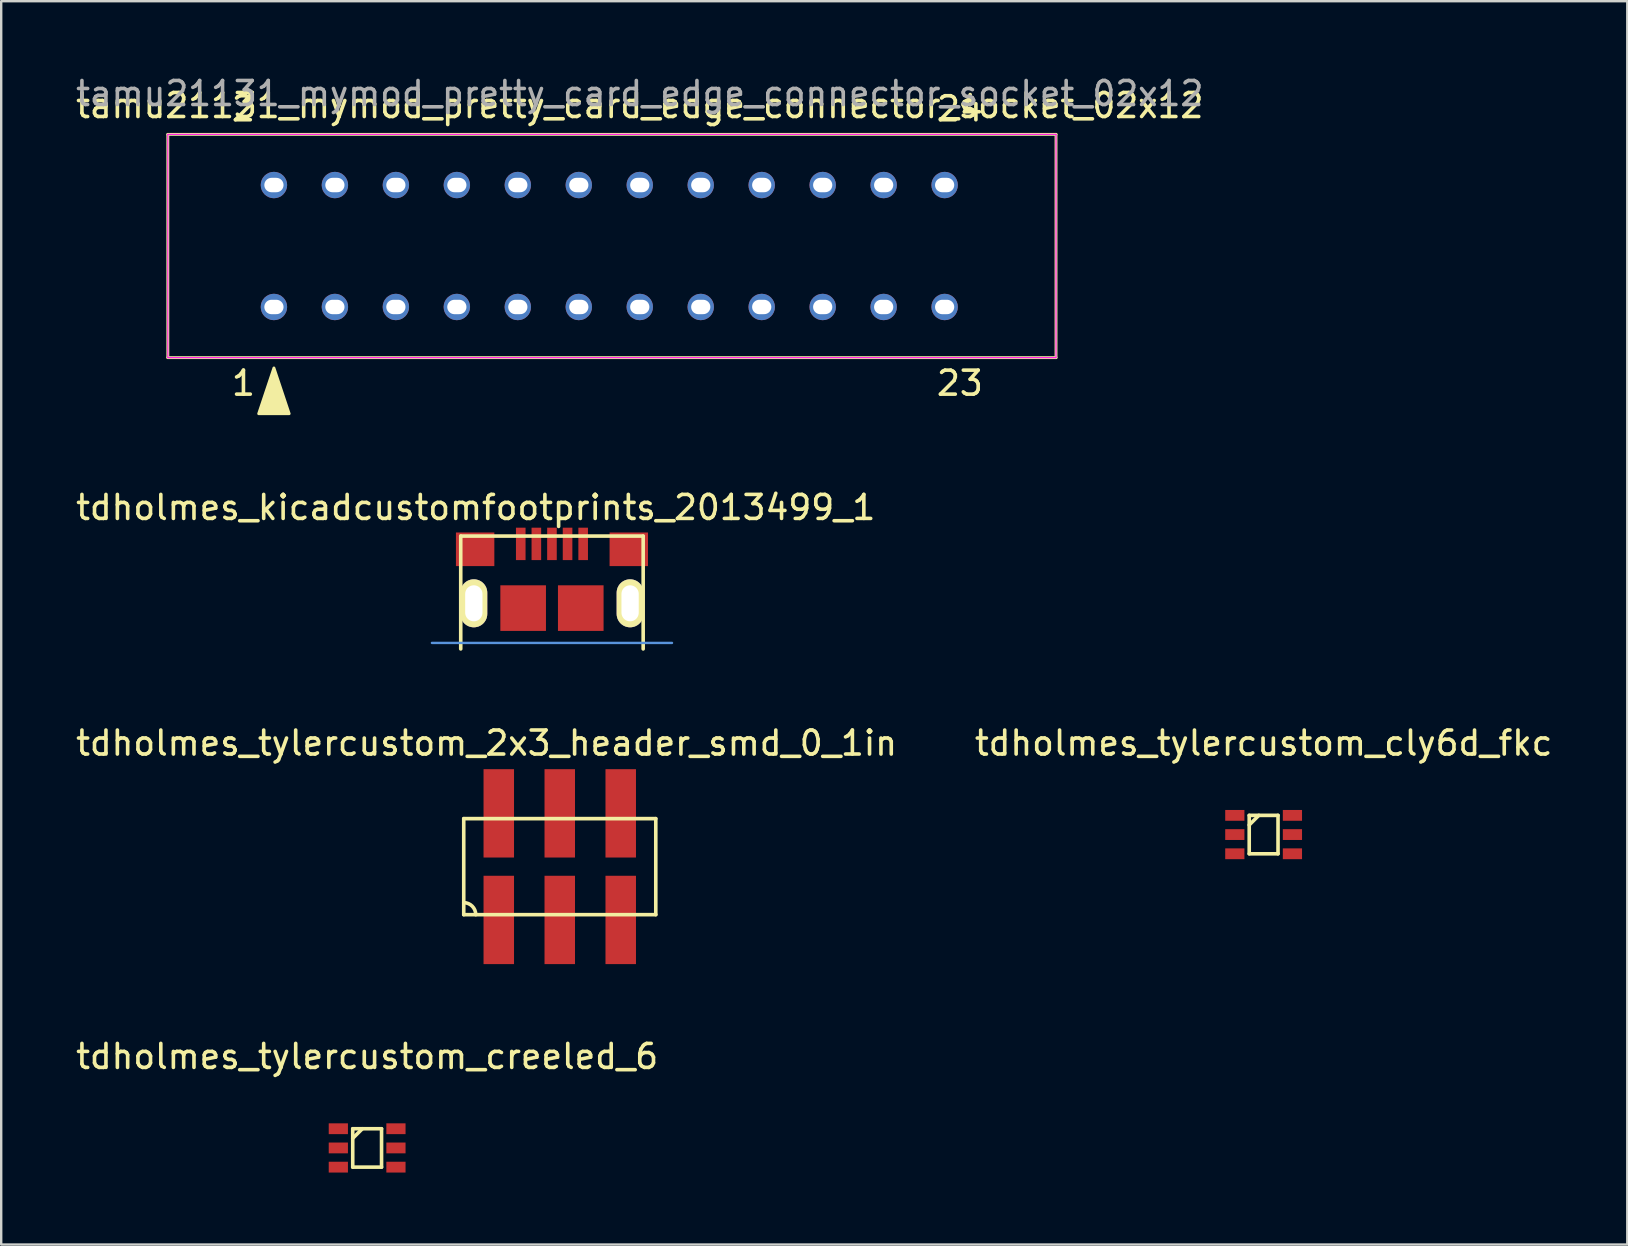
<source format=kicad_pcb>
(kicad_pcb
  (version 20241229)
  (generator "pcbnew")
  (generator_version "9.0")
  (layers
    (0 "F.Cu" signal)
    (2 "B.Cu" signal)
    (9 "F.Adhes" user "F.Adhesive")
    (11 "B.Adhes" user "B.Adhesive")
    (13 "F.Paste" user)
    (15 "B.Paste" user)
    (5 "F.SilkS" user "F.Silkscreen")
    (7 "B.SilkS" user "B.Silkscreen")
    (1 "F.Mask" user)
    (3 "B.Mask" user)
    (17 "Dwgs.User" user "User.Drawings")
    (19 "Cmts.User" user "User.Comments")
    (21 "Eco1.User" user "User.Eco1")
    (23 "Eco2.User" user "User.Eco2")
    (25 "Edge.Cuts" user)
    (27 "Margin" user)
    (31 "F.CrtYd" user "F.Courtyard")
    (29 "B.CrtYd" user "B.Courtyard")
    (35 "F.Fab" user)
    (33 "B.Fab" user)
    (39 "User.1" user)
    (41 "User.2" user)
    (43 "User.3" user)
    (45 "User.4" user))
  (footprint "tdholmes_tylercustom_cly6d_fkc"
    (layer "F.Cu")
    (at 49.589 31.716)
    (property "Reference" "tdholmes_tylercustom_cly6d_fkc" (at 0 -3.81 0) (layer "F.SilkS") (effects (font (size 1 1) (thickness 0.15))))
    (attr through_hole)
    (fp_line (start -0.6 -0.8) (end 0.6 -0.8) (stroke (width 0.15) (type solid)) (layer "F.SilkS"))
    (fp_line (start -0.6 -0.4) (end -0.2 -0.8) (stroke (width 0.15) (type solid)) (layer "F.SilkS"))
    (fp_line (start -0.6 0.8) (end -0.6 -0.8) (stroke (width 0.15) (type solid)) (layer "F.SilkS"))
    (fp_line (start 0.6 -0.8) (end 0.6 0.8) (stroke (width 0.15) (type solid)) (layer "F.SilkS"))
    (fp_line (start 0.6 0.8) (end -0.6 0.8) (stroke (width 0.15) (type solid)) (layer "F.SilkS"))
    (pad "1" smd rect (at -1.2 -0.8) (size 0.8 0.45) (layers "F.Cu" "F.Mask" "F.Paste"))
    (pad "2" smd rect (at -1.2 0) (size 0.8 0.45) (layers "F.Cu" "F.Mask" "F.Paste"))
    (pad "3" smd rect (at -1.2 0.8) (size 0.8 0.45) (layers "F.Cu" "F.Mask" "F.Paste"))
    (pad "4" smd rect (at 1.2 0.8) (size 0.8 0.45) (layers "F.Cu" "F.Mask" "F.Paste"))
    (pad "5" smd rect (at 1.2 0) (size 0.8 0.45) (layers "F.Cu" "F.Mask" "F.Paste"))
    (pad "6" smd rect (at 1.2 -0.8) (size 0.8 0.45) (layers "F.Cu" "F.Mask" "F.Paste")))
  (footprint "tamu21131_mymod_pretty_card_edge_connector_socket_02x12"
    (layer "F.Cu")
    (at 8.361 9.738)
    (property "Reference" "tamu21131_mymod_pretty_card_edge_connector_socket_02x12" (at 15.24 -8.39 0) (unlocked yes) (layer "F.SilkS") (effects (font (size 1 1) (thickness 0.15))))
    (attr through_hole)
    (fp_line (start -4.42 -7.19) (end -4.42 2.11) (stroke (width 0.12) (type solid)) (layer "F.SilkS"))
    (fp_line (start -4.42 -7.19) (end 32.58 -7.19) (stroke (width 0.12) (type solid)) (layer "F.SilkS"))
    (fp_line (start -4.42 2.11) (end 32.58 2.11) (stroke (width 0.12) (type solid)) (layer "F.SilkS"))
    (fp_line (start 32.58 2.11) (end 32.58 -7.19) (stroke (width 0.12) (type solid)) (layer "F.SilkS"))
    (fp_poly (pts (xy 0.635 4.445) (xy -0.635 4.445) (xy 0 2.54)) (stroke (width 0.12) (type solid)) (fill yes) (layer "F.SilkS"))
    (fp_line (start -4.42 -7.19) (end 32.58 -7.19) (stroke (width 0.05) (type solid)) (layer "F.CrtYd"))
    (fp_line (start -4.42 2.11) (end -4.42 -7.19) (stroke (width 0.05) (type solid)) (layer "F.CrtYd"))
    (fp_line (start 32.58 -7.19) (end 32.58 2.11) (stroke (width 0.05) (type solid)) (layer "F.CrtYd"))
    (fp_line (start 32.58 2.11) (end -4.42 2.11) (stroke (width 0.05) (type solid)) (layer "F.CrtYd"))
    (fp_text user "24" (at 28.575 -8.255 0) (unlocked yes) (layer "F.SilkS") (effects (font (size 1 1) (thickness 0.15))))
    (fp_text user "1" (at -1.27 3.175 0) (unlocked yes) (layer "F.SilkS") (effects (font (size 1 1) (thickness 0.15))))
    (fp_text user "23" (at 28.575 3.175 0) (unlocked yes) (layer "F.SilkS") (effects (font (size 1 1) (thickness 0.15))))
    (fp_text user "2" (at -1.27 -8.255 0) (unlocked yes) (layer "F.SilkS") (effects (font (size 1 1) (thickness 0.15))))
    (fp_text user "${REFERENCE}" (at 15.24 -8.89 0) (unlocked yes) (layer "F.Fab") (effects (font (size 1 1) (thickness 0.15))))
    (pad "1" thru_hole circle (at 0 0) (size 1.1 1.1) (drill oval 0.8 0.6) (layers "*.Cu" "*.Mask"))
    (pad "2" thru_hole circle (at 0 -5.08) (size 1.1 1.1) (drill oval 0.8 0.6) (layers "*.Cu" "*.Mask"))
    (pad "3" thru_hole circle (at 2.54 0) (size 1.1 1.1) (drill oval 0.8 0.6) (layers "*.Cu" "*.Mask"))
    (pad "4" thru_hole circle (at 2.54 -5.08) (size 1.1 1.1) (drill oval 0.8 0.6) (layers "*.Cu" "*.Mask"))
    (pad "5" thru_hole circle (at 5.08 0) (size 1.1 1.1) (drill oval 0.8 0.6) (layers "*.Cu" "*.Mask"))
    (pad "6" thru_hole circle (at 5.08 -5.08) (size 1.1 1.1) (drill oval 0.8 0.6) (layers "*.Cu" "*.Mask"))
    (pad "7" thru_hole circle (at 7.62 0) (size 1.1 1.1) (drill oval 0.8 0.6) (layers "*.Cu" "*.Mask"))
    (pad "8" thru_hole circle (at 7.62 -5.08) (size 1.1 1.1) (drill oval 0.8 0.6) (layers "*.Cu" "*.Mask"))
    (pad "9" thru_hole circle (at 10.16 0) (size 1.1 1.1) (drill oval 0.8 0.6) (layers "*.Cu" "*.Mask"))
    (pad "10" thru_hole circle (at 10.16 -5.08) (size 1.1 1.1) (drill oval 0.8 0.6) (layers "*.Cu" "*.Mask"))
    (pad "11" thru_hole circle (at 12.7 0) (size 1.1 1.1) (drill oval 0.8 0.6) (layers "*.Cu" "*.Mask"))
    (pad "12" thru_hole circle (at 12.7 -5.08) (size 1.1 1.1) (drill oval 0.8 0.6) (layers "*.Cu" "*.Mask"))
    (pad "13" thru_hole circle (at 15.24 0) (size 1.1 1.1) (drill oval 0.8 0.6) (layers "*.Cu" "*.Mask"))
    (pad "14" thru_hole circle (at 15.24 -5.08) (size 1.1 1.1) (drill oval 0.8 0.6) (layers "*.Cu" "*.Mask"))
    (pad "15" thru_hole circle (at 17.78 0) (size 1.1 1.1) (drill oval 0.8 0.6) (layers "*.Cu" "*.Mask"))
    (pad "16" thru_hole circle (at 17.78 -5.08) (size 1.1 1.1) (drill oval 0.8 0.6) (layers "*.Cu" "*.Mask"))
    (pad "17" thru_hole circle (at 20.32 0) (size 1.1 1.1) (drill oval 0.8 0.6) (layers "*.Cu" "*.Mask"))
    (pad "18" thru_hole circle (at 20.32 -5.08) (size 1.1 1.1) (drill oval 0.8 0.6) (layers "*.Cu" "*.Mask"))
    (pad "19" thru_hole circle (at 22.86 0) (size 1.1 1.1) (drill oval 0.8 0.6) (layers "*.Cu" "*.Mask"))
    (pad "20" thru_hole circle (at 22.86 -5.08) (size 1.1 1.1) (drill oval 0.8 0.6) (layers "*.Cu" "*.Mask"))
    (pad "21" thru_hole circle (at 25.4 0) (size 1.1 1.1) (drill oval 0.8 0.6) (layers "*.Cu" "*.Mask"))
    (pad "22" thru_hole circle (at 25.4 -5.08) (size 1.1 1.1) (drill oval 0.8 0.6) (layers "*.Cu" "*.Mask"))
    (pad "23" thru_hole circle (at 27.94 0) (size 1.1 1.1) (drill oval 0.8 0.6) (layers "*.Cu" "*.Mask"))
    (pad "24" thru_hole circle (at 27.94 -5.08) (size 1.1 1.1) (drill oval 0.8 0.6) (layers "*.Cu" "*.Mask")))
  (footprint "tdholmes_tylercustom_2x3_header_smd_0_1in"
    (layer "F.Cu")
    (at 20.268 33.052)
    (property "Reference" "tdholmes_tylercustom_2x3_header_smd_0_1in" (at -3.048 -5.146 0) (layer "F.SilkS") (effects (font (size 1 1) (thickness 0.15))))
    (attr through_hole)
    (fp_line (start -4 -2) (end 4 -2) (stroke (width 0.15) (type solid)) (layer "F.SilkS"))
    (fp_line (start -4 2) (end -4 -2) (stroke (width 0.15) (type solid)) (layer "F.SilkS"))
    (fp_line (start 4 -2) (end 4 2) (stroke (width 0.15) (type solid)) (layer "F.SilkS"))
    (fp_line (start 4 2) (end -4 2) (stroke (width 0.15) (type solid)) (layer "F.SilkS"))
    (fp_arc (start -4 1.5) (mid -3.646447 1.646447) (end -3.5 2) (stroke (width 0.15) (type solid)) (layer "F.SilkS"))
    (pad "1" smd rect (at -2.54 2.22) (size 1.27 3.68) (layers "F.Cu" "F.Mask" "F.Paste"))
    (pad "2" smd rect (at -2.54 -2.22) (size 1.27 3.68) (layers "F.Cu" "F.Mask" "F.Paste"))
    (pad "3" smd rect (at 0 2.22) (size 1.27 3.68) (layers "F.Cu" "F.Mask" "F.Paste"))
    (pad "4" smd rect (at 0 -2.22) (size 1.27 3.68) (layers "F.Cu" "F.Mask" "F.Paste"))
    (pad "5" smd rect (at 2.54 2.22) (size 1.27 3.68) (layers "F.Cu" "F.Mask" "F.Paste"))
    (pad "6" smd rect (at 2.54 -2.22) (size 1.27 3.68) (layers "F.Cu" "F.Mask" "F.Paste")))
  (footprint "tdholmes_tylercustom_creeled_6"
    (layer "F.Cu")
    (at 12.244 44.77)
    (property "Reference" "tdholmes_tylercustom_creeled_6" (at 0 -3.81 0) (layer "F.SilkS") (effects (font (size 1 1) (thickness 0.15))))
    (attr through_hole)
    (fp_line (start -0.6 -0.8) (end 0.6 -0.8) (stroke (width 0.15) (type solid)) (layer "F.SilkS"))
    (fp_line (start -0.6 -0.4) (end -0.2 -0.8) (stroke (width 0.15) (type solid)) (layer "F.SilkS"))
    (fp_line (start -0.6 0.8) (end -0.6 -0.8) (stroke (width 0.15) (type solid)) (layer "F.SilkS"))
    (fp_line (start 0.6 -0.8) (end 0.6 0.8) (stroke (width 0.15) (type solid)) (layer "F.SilkS"))
    (fp_line (start 0.6 0.8) (end -0.6 0.8) (stroke (width 0.15) (type solid)) (layer "F.SilkS"))
    (pad "1" smd rect (at -1.2 -0.8) (size 0.8 0.45) (layers "F.Cu" "F.Mask" "F.Paste"))
    (pad "2" smd rect (at -1.2 0) (size 0.8 0.45) (layers "F.Cu" "F.Mask" "F.Paste"))
    (pad "3" smd rect (at -1.2 0.8) (size 0.8 0.45) (layers "F.Cu" "F.Mask" "F.Paste"))
    (pad "4" smd rect (at 1.2 0.8) (size 0.8 0.45) (layers "F.Cu" "F.Mask" "F.Paste"))
    (pad "5" smd rect (at 1.2 0) (size 0.8 0.45) (layers "F.Cu" "F.Mask" "F.Paste"))
    (pad "6" smd rect (at 1.2 -0.8) (size 0.8 0.45) (layers "F.Cu" "F.Mask" "F.Paste")))
  (footprint "tdholmes_kicadcustomfootprints_2013499_1"
    (layer "F.Cu")
    (at 19.943 22.282)
    (property "Reference" "tdholmes_kicadcustomfootprints_2013499_1" (at -3.175 -4.191 0) (layer "F.SilkS") (effects (font (size 1 1) (thickness 0.15))))
    (attr through_hole)
    (fp_line (start -3.8 -3) (end -3.8 1.7) (stroke (width 0.15) (type solid)) (layer "F.SilkS"))
    (fp_line (start 3.8 -3) (end -3.8 -3) (stroke (width 0.15) (type solid)) (layer "F.SilkS"))
    (fp_line (start 3.8 1.7) (end 3.8 -3) (stroke (width 0.15) (type solid)) (layer "F.SilkS"))
    (fp_line (start -5 1.45) (end 5 1.45) (stroke (width 0.1) (type solid)) (layer "Cmts.User"))
    (pad "1" smd rect (at -1.3 -2.675) (size 0.4 1.35) (layers "F.Cu" "F.Mask" "F.Paste"))
    (pad "2" smd rect (at -0.65 -2.675) (size 0.4 1.35) (layers "F.Cu" "F.Mask" "F.Paste"))
    (pad "3" smd rect (at 0 -2.675) (size 0.4 1.35) (layers "F.Cu" "F.Mask" "F.Paste"))
    (pad "4" smd rect (at 0.65 -2.675) (size 0.4 1.35) (layers "F.Cu" "F.Mask" "F.Paste"))
    (pad "5" smd rect (at 1.3 -2.675) (size 0.4 1.35) (layers "F.Cu" "F.Mask" "F.Paste"))
    (pad "6" thru_hole oval (at -3.255 -0.2) (size 1.12 2) (drill oval 0.72 1.5) (layers "*.Cu" "*.Mask" "F.SilkS"))
    (pad "6" smd rect (at -3.2 -2.45) (size 1.6 1.4) (layers "F.Cu" "F.Mask" "F.Paste"))
    (pad "6" smd rect (at -1.2 0) (size 1.9 1.9) (layers "F.Cu" "F.Mask" "F.Paste"))
    (pad "6" smd rect (at 1.2 0) (size 1.9 1.9) (layers "F.Cu" "F.Mask" "F.Paste"))
    (pad "6" smd rect (at 3.2 -2.45) (size 1.6 1.4) (layers "F.Cu" "F.Mask" "F.Paste"))
    (pad "6" thru_hole oval (at 3.255 -0.2) (size 1.12 2) (drill oval 0.72 1.5) (layers "*.Cu" "*.Mask" "F.SilkS")))
  (gr_rect
    (start -3 -3)
    (end 64.738 48.795)
    (stroke (width 0.1) (type default))
    (fill no)
    (layer "Edge.Cuts")))
</source>
